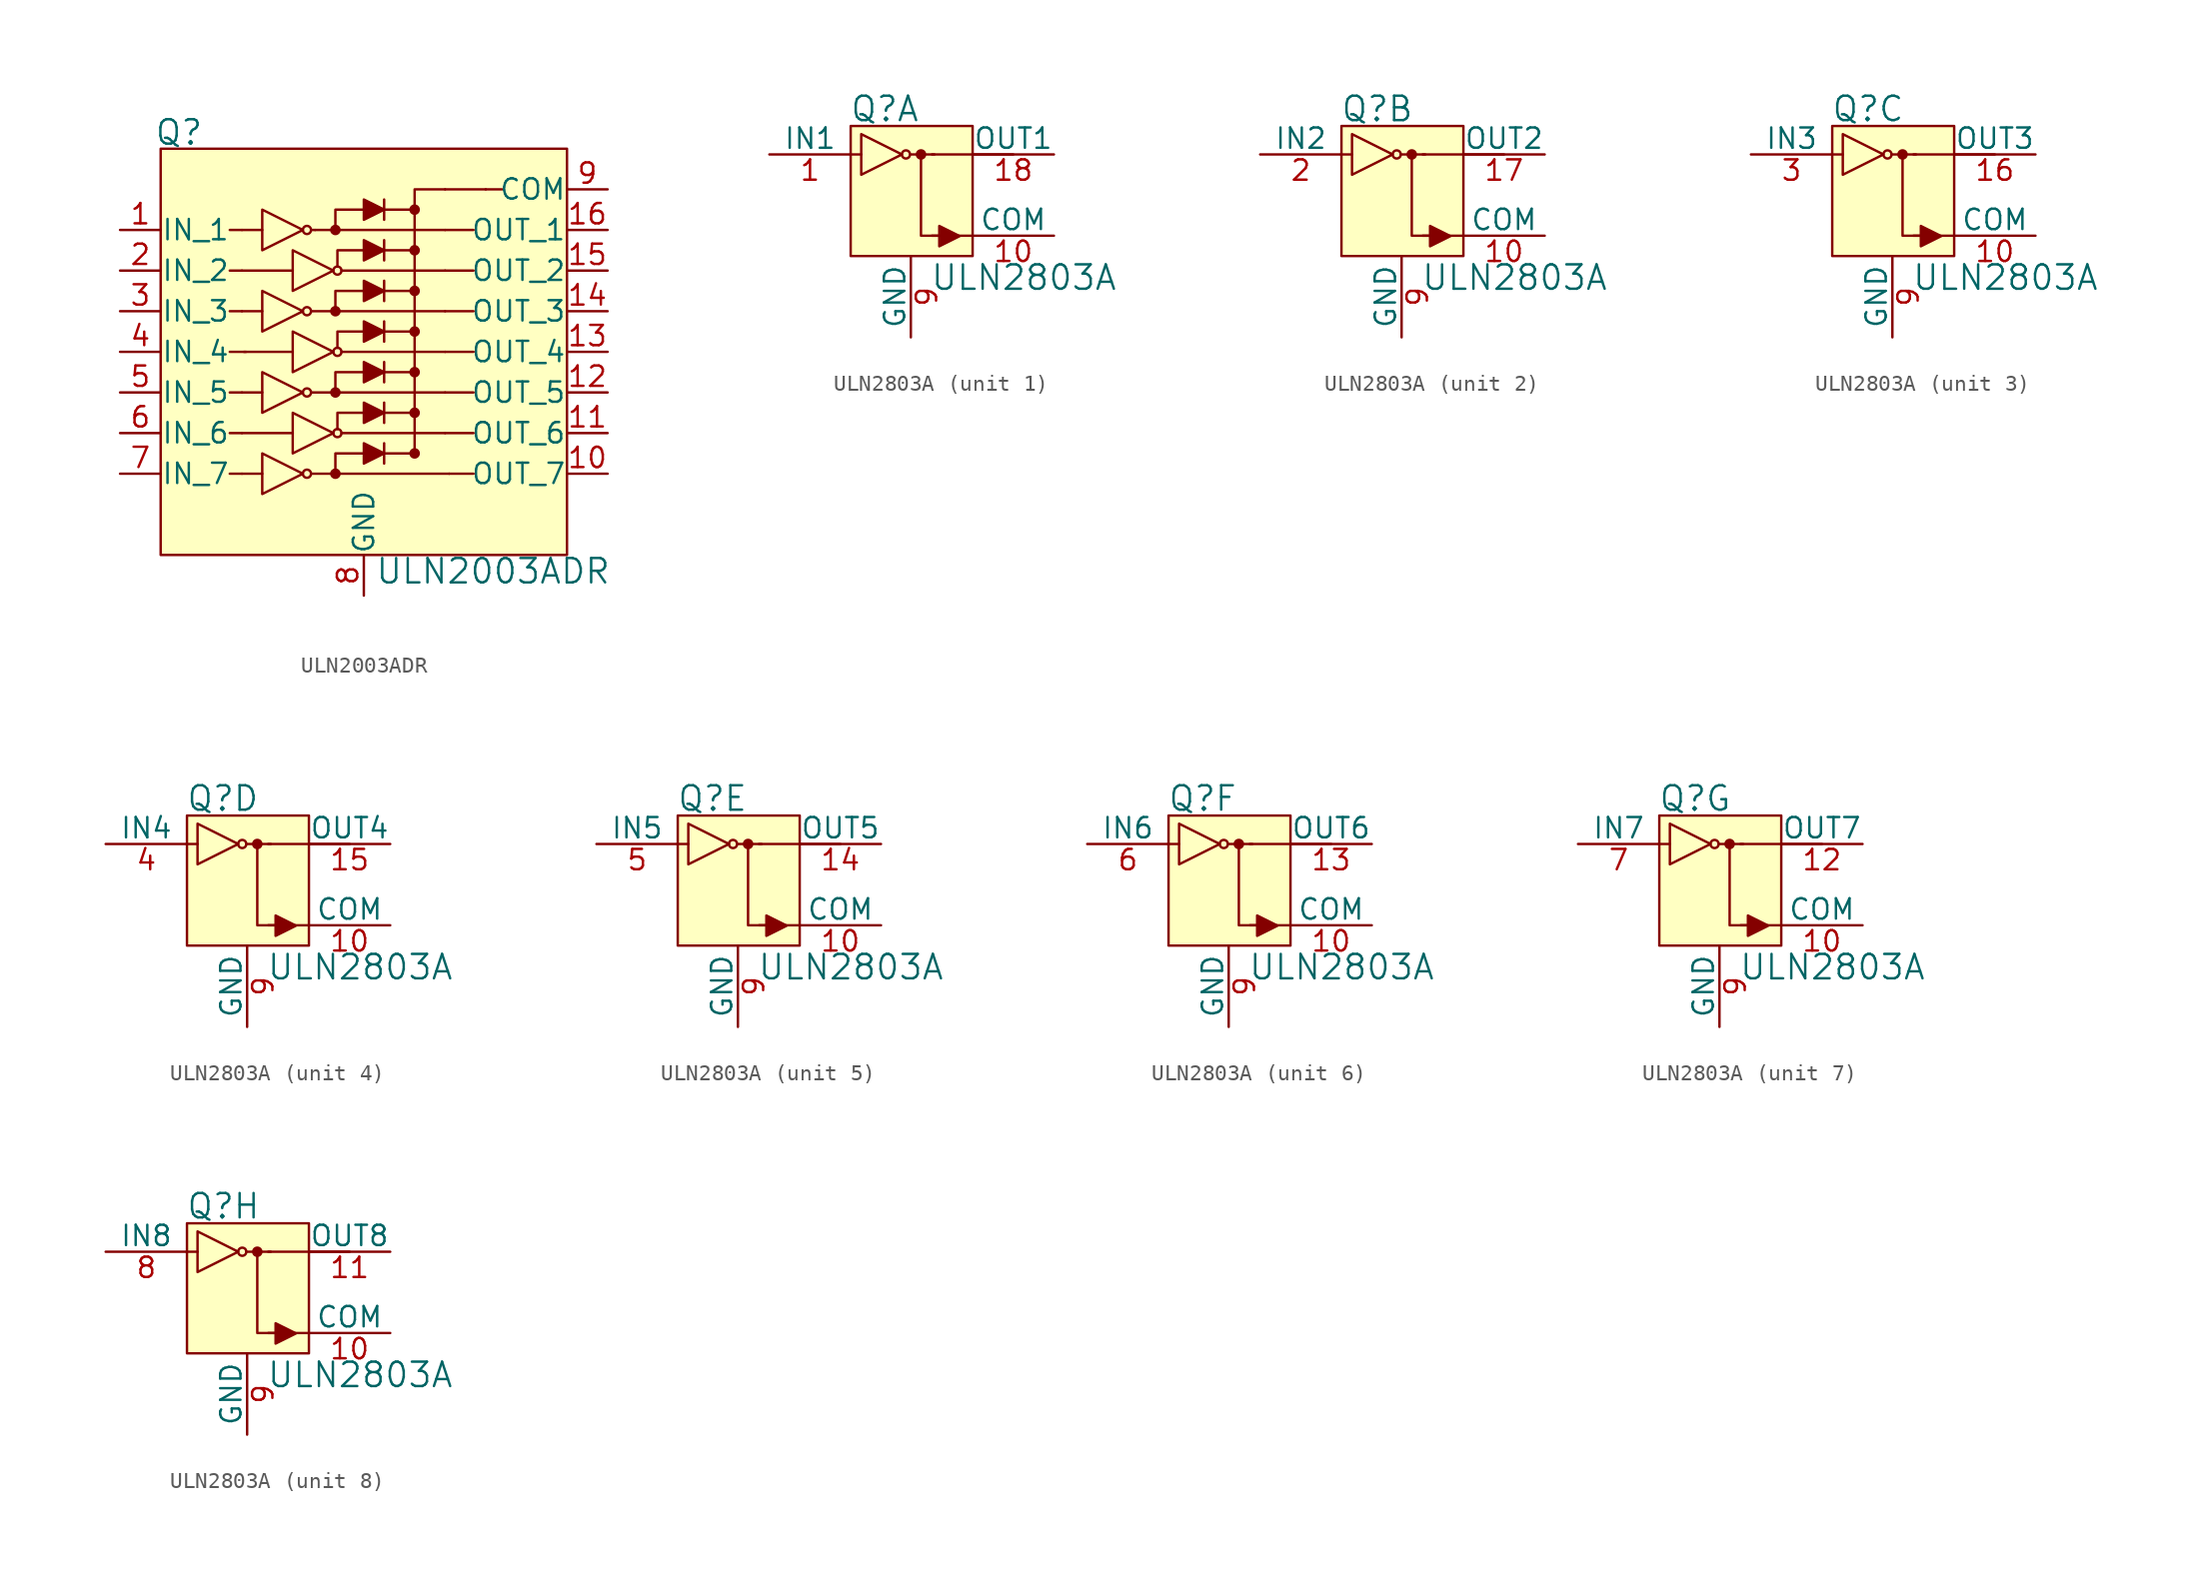
<source format=kicad_sym>
(kicad_symbol_lib
  (version 20201005)
  (generator kicad_symbol_editor)
  (symbol "ULN2003ADR"
    (pin_names
      (offset 0.025))
    (property "Reference" "Q"
      (at -11.557 13.716 0)
      (effects (font (size 1.524 1.524))))
    (property "Value" "ULN2003ADR"
      (at 0.686 -13.716 0)
      (effects (font (size 1.524 1.524)) (justify left)))
    (symbol "ULN2003ADR_0_1"
      (polyline (pts (xy -7.62 -7.62) (xy -8.382 -7.62)) (stroke (width 0)) (fill (type none)))
      (polyline (pts (xy -7.62 -5.08) (xy -8.382 -5.08)) (stroke (width 0)) (fill (type none)))
      (polyline (pts (xy -7.62 -2.54) (xy -8.382 -2.54)) (stroke (width 0)) (fill (type none)))
      (polyline (pts (xy -7.62 2.54) (xy -8.382 2.54)) (stroke (width 0)) (fill (type none)))
      (polyline (pts (xy -7.62 5.08) (xy -8.382 5.08)) (stroke (width 0)) (fill (type none)))
      (polyline (pts (xy -7.62 7.62) (xy -8.382 7.62)) (stroke (width 0)) (fill (type none)))
      (polyline (pts (xy -7.366 0) (xy -8.382 0)) (stroke (width 0)) (fill (type none)))
      (polyline (pts (xy 5.08 -5.08) (xy 6.858 -5.08)) (stroke (width 0)) (fill (type none)))
      (polyline (pts (xy 5.08 -2.54) (xy 6.858 -2.54)) (stroke (width 0)) (fill (type none)))
      (polyline (pts (xy 5.08 0) (xy 6.858 0)) (stroke (width 0)) (fill (type none)))
      (polyline (pts (xy 5.08 2.54) (xy 6.858 2.54)) (stroke (width 0)) (fill (type none)))
      (polyline (pts (xy 5.08 5.08) (xy 6.858 5.08)) (stroke (width 0)) (fill (type none)))
      (polyline (pts (xy 5.08 7.62) (xy 6.858 7.62)) (stroke (width 0)) (fill (type none)))
      (polyline (pts (xy 5.08 10.16) (xy 7.62 10.16)) (stroke (width 0)) (fill (type none)))
      (polyline (pts (xy 5.334 -7.62) (xy 6.858 -7.62)) (stroke (width 0)) (fill (type none)))
      (polyline (pts (xy 7.62 10.16) (xy 8.636 10.16)) (stroke (width 0)) (fill (type none))))
    (symbol "ULN2003ADR_1_1"
      (circle (center -3.556 -7.62) (radius 0.254) (stroke (width 0)) (fill (type none)))
      (circle (center -3.556 -2.54) (radius 0.254) (stroke (width 0)) (fill (type none)))
      (circle (center -3.556 2.54) (radius 0.254) (stroke (width 0)) (fill (type none)))
      (circle (center -3.556 7.62) (radius 0.254) (stroke (width 0)) (fill (type none)))
      (circle (center -1.778 -7.62) (radius 0.254) (stroke (width 0)) (fill (type outline)))
      (circle (center -1.778 -2.54) (radius 0.254) (stroke (width 0)) (fill (type outline)))
      (circle (center -1.778 2.54) (radius 0.254) (stroke (width 0)) (fill (type outline)))
      (circle (center -1.778 7.62) (radius 0.254) (stroke (width 0)) (fill (type outline)))
      (circle (center -1.651 -5.08) (radius 0.254) (stroke (width 0)) (fill (type none)))
      (circle (center -1.651 0) (radius 0.254) (stroke (width 0)) (fill (type none)))
      (circle (center -1.651 5.08) (radius 0.254) (stroke (width 0)) (fill (type none)))
      (circle (center 3.175 -6.35) (radius 0.254) (stroke (width 0)) (fill (type outline)))
      (circle (center 3.175 -3.81) (radius 0.254) (stroke (width 0)) (fill (type outline)))
      (circle (center 3.175 -1.27) (radius 0.254) (stroke (width 0)) (fill (type outline)))
      (circle (center 3.175 1.27) (radius 0.254) (stroke (width 0)) (fill (type outline)))
      (circle (center 3.175 3.81) (radius 0.254) (stroke (width 0)) (fill (type outline)))
      (circle (center 3.175 6.35) (radius 0.254) (stroke (width 0)) (fill (type outline)))
      (circle (center 3.175 8.89) (radius 0.254) (stroke (width 0)) (fill (type outline)))
      (rectangle (start -12.7 12.7) (end 12.7 -12.7) (stroke (width 0)) (fill (type background)))
      (polyline (pts (xy -7.62 -5.08) (xy -4.445 -5.08)) (stroke (width 0)) (fill (type none)))
      (polyline (pts (xy -7.62 5.08) (xy -4.445 5.08)) (stroke (width 0)) (fill (type none)))
      (polyline (pts (xy -7.493 0) (xy -4.445 0)) (stroke (width 0)) (fill (type none)))
      (polyline (pts (xy -6.35 -7.62) (xy -7.62 -7.62)) (stroke (width 0)) (fill (type none)))
      (polyline (pts (xy -6.35 -2.54) (xy -7.62 -2.54)) (stroke (width 0)) (fill (type none)))
      (polyline (pts (xy -6.35 2.54) (xy -7.62 2.54)) (stroke (width 0)) (fill (type none)))
      (polyline (pts (xy -6.35 7.62) (xy -7.62 7.62)) (stroke (width 0)) (fill (type none)))
      (polyline (pts (xy -3.302 -7.62) (xy 5.334 -7.62)) (stroke (width 0)) (fill (type none)))
      (polyline (pts (xy -3.302 -2.54) (xy 5.08 -2.54)) (stroke (width 0)) (fill (type none)))
      (polyline (pts (xy -3.302 2.54) (xy 5.08 2.54)) (stroke (width 0)) (fill (type none)))
      (polyline (pts (xy -3.302 7.62) (xy -3.048 7.62)) (stroke (width 0)) (fill (type none)))
      (polyline (pts (xy -3.048 7.62) (xy 5.08 7.62)) (stroke (width 0)) (fill (type none)))
      (polyline (pts (xy -1.397 -5.08) (xy 5.08 -5.08)) (stroke (width 0)) (fill (type none)))
      (polyline (pts (xy -1.397 0) (xy 5.08 0)) (stroke (width 0)) (fill (type none)))
      (polyline (pts (xy -1.397 5.08) (xy 5.08 5.08)) (stroke (width 0)) (fill (type none)))
      (polyline (pts (xy 1.27 -5.715) (xy 1.27 -6.985)) (stroke (width 0)) (fill (type none)))
      (polyline (pts (xy 1.27 -3.81) (xy 3.175 -3.81)) (stroke (width 0)) (fill (type none)))
      (polyline (pts (xy 1.27 -3.175) (xy 1.27 -4.445)) (stroke (width 0)) (fill (type none)))
      (polyline (pts (xy 1.27 -1.27) (xy 3.175 -1.27)) (stroke (width 0)) (fill (type none)))
      (polyline (pts (xy 1.27 -0.635) (xy 1.27 -1.905)) (stroke (width 0)) (fill (type none)))
      (polyline (pts (xy 1.27 1.27) (xy 3.175 1.27)) (stroke (width 0)) (fill (type none)))
      (polyline (pts (xy 1.27 1.905) (xy 1.27 0.635)) (stroke (width 0)) (fill (type none)))
      (polyline (pts (xy 1.27 3.81) (xy 3.175 3.81)) (stroke (width 0)) (fill (type none)))
      (polyline (pts (xy 1.27 4.445) (xy 1.27 3.175)) (stroke (width 0)) (fill (type none)))
      (polyline (pts (xy 1.27 6.35) (xy 3.175 6.35)) (stroke (width 0)) (fill (type none)))
      (polyline (pts (xy 1.27 6.985) (xy 1.27 5.715)) (stroke (width 0)) (fill (type none)))
      (polyline (pts (xy 1.27 8.89) (xy 3.175 8.89)) (stroke (width 0)) (fill (type none)))
      (polyline (pts (xy 1.27 9.525) (xy 1.27 8.255)) (stroke (width 0)) (fill (type none)))
      (polyline (pts (xy 3.175 -6.35) (xy 1.27 -6.35)) (stroke (width 0)) (fill (type none)))
      (polyline (pts (xy -1.778 -7.62) (xy -1.778 -6.35) (xy 0 -6.35)) (stroke (width 0)) (fill (type none)))
      (polyline (pts (xy -1.778 -2.54) (xy -1.778 -1.27) (xy 0 -1.27)) (stroke (width 0)) (fill (type none)))
      (polyline (pts (xy -1.778 2.54) (xy -1.778 3.81) (xy 0 3.81)) (stroke (width 0)) (fill (type none)))
      (polyline (pts (xy -1.651 -4.826) (xy -1.651 -3.81) (xy 0 -3.81)) (stroke (width 0)) (fill (type none)))
      (polyline (pts (xy -1.651 0.254) (xy -1.651 1.27) (xy 0.127 1.27)) (stroke (width 0)) (fill (type none)))
      (polyline (pts (xy -1.651 5.334) (xy -1.651 6.35) (xy 0.127 6.35)) (stroke (width 0)) (fill (type none)))
      (polyline (pts (xy 0 8.89) (xy -1.778 8.89) (xy -1.778 7.62)) (stroke (width 0)) (fill (type none)))
      (polyline (pts (xy 3.175 -6.35) (xy 3.175 10.16) (xy 5.08 10.16)) (stroke (width 0)) (fill (type none)))
      (polyline (pts (xy -6.35 -6.35) (xy -6.35 -8.89) (xy -3.81 -7.62) (xy -6.35 -6.35)) (stroke (width 0)) (fill (type none)))
      (polyline (pts (xy -6.35 -1.27) (xy -6.35 -3.81) (xy -3.81 -2.54) (xy -6.35 -1.27)) (stroke (width 0)) (fill (type none)))
      (polyline (pts (xy -6.35 3.81) (xy -6.35 1.27) (xy -3.81 2.54) (xy -6.35 3.81)) (stroke (width 0)) (fill (type none)))
      (polyline (pts (xy -6.35 8.89) (xy -6.35 6.35) (xy -3.81 7.62) (xy -6.35 8.89)) (stroke (width 0)) (fill (type none)))
      (polyline (pts (xy -4.445 -3.81) (xy -4.445 -6.35) (xy -1.905 -5.08) (xy -4.445 -3.81)) (stroke (width 0)) (fill (type none)))
      (polyline (pts (xy -4.445 1.27) (xy -4.445 -1.27) (xy -1.905 0) (xy -4.445 1.27)) (stroke (width 0)) (fill (type none)))
      (polyline (pts (xy -4.445 6.35) (xy -4.445 3.81) (xy -1.905 5.08) (xy -4.445 6.35)) (stroke (width 0)) (fill (type none)))
      (polyline (pts (xy 0 -5.715) (xy 0 -6.985) (xy 1.27 -6.35) (xy 0 -5.715)) (stroke (width 0)) (fill (type outline)))
      (polyline (pts (xy 0 -3.175) (xy 0 -4.445) (xy 1.27 -3.81) (xy 0 -3.175)) (stroke (width 0)) (fill (type outline)))
      (polyline (pts (xy 0 -0.635) (xy 0 -1.905) (xy 1.27 -1.27) (xy 0 -0.635)) (stroke (width 0)) (fill (type outline)))
      (polyline (pts (xy 0 1.905) (xy 0 0.635) (xy 1.27 1.27) (xy 0 1.905)) (stroke (width 0)) (fill (type outline)))
      (polyline (pts (xy 0 4.445) (xy 0 3.175) (xy 1.27 3.81) (xy 0 4.445)) (stroke (width 0)) (fill (type outline)))
      (polyline (pts (xy 0 6.985) (xy 0 5.715) (xy 1.27 6.35) (xy 0 6.985)) (stroke (width 0)) (fill (type outline)))
      (polyline (pts (xy 0 9.525) (xy 0 8.255) (xy 1.27 8.89) (xy 0 9.525)) (stroke (width 0)) (fill (type outline)))
      (pin input line (at -15.24 7.62 0) (length 2.54) (name "IN_1" (effects (font (size 1.27 1.27)))) (number "1" (effects (font (size 1.27 1.27)))))
      (pin input line (at -15.24 5.08 0) (length 2.54) (name "IN_2" (effects (font (size 1.27 1.27)))) (number "2" (effects (font (size 1.27 1.27)))))
      (pin input line (at -15.24 2.54 0) (length 2.54) (name "IN_3" (effects (font (size 1.27 1.27)))) (number "3" (effects (font (size 1.27 1.27)))))
      (pin input line (at -15.24 0 0) (length 2.54) (name "IN_4" (effects (font (size 1.27 1.27)))) (number "4" (effects (font (size 1.27 1.27)))))
      (pin input line (at -15.24 -2.54 0) (length 2.54) (name "IN_5" (effects (font (size 1.27 1.27)))) (number "5" (effects (font (size 1.27 1.27)))))
      (pin input line (at -15.24 -5.08 0) (length 2.54) (name "IN_6" (effects (font (size 1.27 1.27)))) (number "6" (effects (font (size 1.27 1.27)))))
      (pin input line (at -15.24 -7.62 0) (length 2.54) (name "IN_7" (effects (font (size 1.27 1.27)))) (number "7" (effects (font (size 1.27 1.27)))))
      (pin power_in line (at 0 -15.24 90) (length 2.54) (name "GND" (effects (font (size 1.27 1.27)))) (number "8" (effects (font (size 1.27 1.27)))))
      (pin output line (at 15.24 10.16 180) (length 2.54) (name "COM" (effects (font (size 1.27 1.27)))) (number "9" (effects (font (size 1.27 1.27)))))
      (pin output line (at 15.24 -7.62 180) (length 2.54) (name "OUT_7" (effects (font (size 1.27 1.27)))) (number "10" (effects (font (size 1.27 1.27)))))
      (pin output line (at 15.24 -5.08 180) (length 2.54) (name "OUT_6" (effects (font (size 1.27 1.27)))) (number "11" (effects (font (size 1.27 1.27)))))
      (pin output line (at 15.24 -2.54 180) (length 2.54) (name "OUT_5" (effects (font (size 1.27 1.27)))) (number "12" (effects (font (size 1.27 1.27)))))
      (pin output line (at 15.24 0 180) (length 2.54) (name "OUT_4" (effects (font (size 1.27 1.27)))) (number "13" (effects (font (size 1.27 1.27)))))
      (pin output line (at 15.24 2.54 180) (length 2.54) (name "OUT_3" (effects (font (size 1.27 1.27)))) (number "14" (effects (font (size 1.27 1.27)))))
      (pin output line (at 15.24 5.08 180) (length 2.54) (name "OUT_2" (effects (font (size 1.27 1.27)))) (number "15" (effects (font (size 1.27 1.27)))))
      (pin output line (at 15.24 7.62 180) (length 2.54) (name "OUT_1" (effects (font (size 1.27 1.27)))) (number "16" (effects (font (size 1.27 1.27)))))))
  (symbol "ULN2803A"
    (pin_names
      (offset 0))
    (property "Reference" "Q"
      (at -3.835 5.41 0)
      (effects (font (size 1.524 1.524)) (justify left)))
    (property "Value" "ULN2803A"
      (at 1.194 -5.131 0)
      (effects (font (size 1.524 1.524)) (justify left)))
    (property "ki_locked" ""
      (at 0 0 0)
      (effects (font (size 1.27 1.27))))
    (symbol "ULN2803A_0_1"
      (circle (center -0.305 2.565) (radius 0.254) (stroke (width 0)) (fill (type none)))
      (circle (center 0.635 2.565) (radius 0.254) (stroke (width 0)) (fill (type outline)))
      (rectangle (start -3.759 4.343) (end 3.861 -3.785) (stroke (width 0)) (fill (type background)))
      (polyline (pts (xy -3.785 2.565) (xy -3.099 2.565)) (stroke (width 0)) (fill (type none)))
      (polyline (pts (xy -0.051 2.565) (xy 1.473 2.565)) (stroke (width 0)) (fill (type none)))
      (polyline (pts (xy 1.321 2.565) (xy 6.401 2.565)) (stroke (width 0)) (fill (type none)))
      (polyline (pts (xy 3.861 -2.515) (xy 1.321 -2.515)) (stroke (width 0)) (fill (type none)))
      (polyline (pts (xy 2.159 -2.515) (xy 0.635 -2.515) (xy 0.635 2.565)) (stroke (width 0)) (fill (type none)))
      (polyline (pts (xy -3.099 3.835) (xy -3.099 1.295) (xy -0.559 2.565) (xy -3.099 3.835)) (stroke (width 0)) (fill (type none)))
      (polyline (pts (xy 1.778 -1.905) (xy 1.778 -3.175) (xy 3.048 -2.54) (xy 1.778 -1.905)) (stroke (width 0)) (fill (type outline)))
      (pin power_in line (at 0 -8.865 90) (length 5.08) (name "GND" (effects (font (size 1.27 1.27)))) (number "9" (effects (font (size 1.27 1.27)))))
      (pin output line (at 8.941 -2.515 180) (length 5.08) (name "COM" (effects (font (size 1.27 1.27)))) (number "10" (effects (font (size 1.27 1.27))))))
    (symbol "ULN2803A_1_1"
      (pin input line (at -8.839 2.565 0) (length 5.08) (name "IN1" (effects (font (size 1.27 1.27)))) (number "1" (effects (font (size 1.27 1.27)))))
      (pin output line (at 8.941 2.565 180) (length 5.08) (name "OUT1" (effects (font (size 1.27 1.27)))) (number "18" (effects (font (size 1.27 1.27))))))
    (symbol "ULN2803A_2_1"
      (pin input line (at -8.839 2.565 0) (length 5.08) (name "IN2" (effects (font (size 1.27 1.27)))) (number "2" (effects (font (size 1.27 1.27)))))
      (pin output line (at 8.941 2.565 180) (length 5.08) (name "OUT2" (effects (font (size 1.27 1.27)))) (number "17" (effects (font (size 1.27 1.27))))))
    (symbol "ULN2803A_3_1"
      (pin input line (at -8.839 2.565 0) (length 5.08) (name "IN3" (effects (font (size 1.27 1.27)))) (number "3" (effects (font (size 1.27 1.27)))))
      (pin output line (at 8.941 2.565 180) (length 5.08) (name "OUT3" (effects (font (size 1.27 1.27)))) (number "16" (effects (font (size 1.27 1.27))))))
    (symbol "ULN2803A_4_1"
      (pin input line (at -8.839 2.565 0) (length 5.08) (name "IN4" (effects (font (size 1.27 1.27)))) (number "4" (effects (font (size 1.27 1.27)))))
      (pin output line (at 8.941 2.565 180) (length 5.08) (name "OUT4" (effects (font (size 1.27 1.27)))) (number "15" (effects (font (size 1.27 1.27))))))
    (symbol "ULN2803A_5_1"
      (pin input line (at -8.839 2.565 0) (length 5.08) (name "IN5" (effects (font (size 1.27 1.27)))) (number "5" (effects (font (size 1.27 1.27)))))
      (pin output line (at 8.941 2.565 180) (length 5.08) (name "OUT5" (effects (font (size 1.27 1.27)))) (number "14" (effects (font (size 1.27 1.27))))))
    (symbol "ULN2803A_6_1"
      (pin input line (at -8.839 2.565 0) (length 5.08) (name "IN6" (effects (font (size 1.27 1.27)))) (number "6" (effects (font (size 1.27 1.27)))))
      (pin output line (at 8.941 2.565 180) (length 5.08) (name "OUT6" (effects (font (size 1.27 1.27)))) (number "13" (effects (font (size 1.27 1.27))))))
    (symbol "ULN2803A_7_1"
      (pin input line (at -8.839 2.565 0) (length 5.08) (name "IN7" (effects (font (size 1.27 1.27)))) (number "7" (effects (font (size 1.27 1.27)))))
      (pin output line (at 8.941 2.565 180) (length 5.08) (name "OUT7" (effects (font (size 1.27 1.27)))) (number "12" (effects (font (size 1.27 1.27))))))
    (symbol "ULN2803A_8_1"
      (pin input line (at -8.839 2.565 0) (length 5.08) (name "IN8" (effects (font (size 1.27 1.27)))) (number "8" (effects (font (size 1.27 1.27)))))
      (pin output line (at 8.941 2.565 180) (length 5.08) (name "OUT8" (effects (font (size 1.27 1.27)))) (number "11" (effects (font (size 1.27 1.27))))))))
</source>
